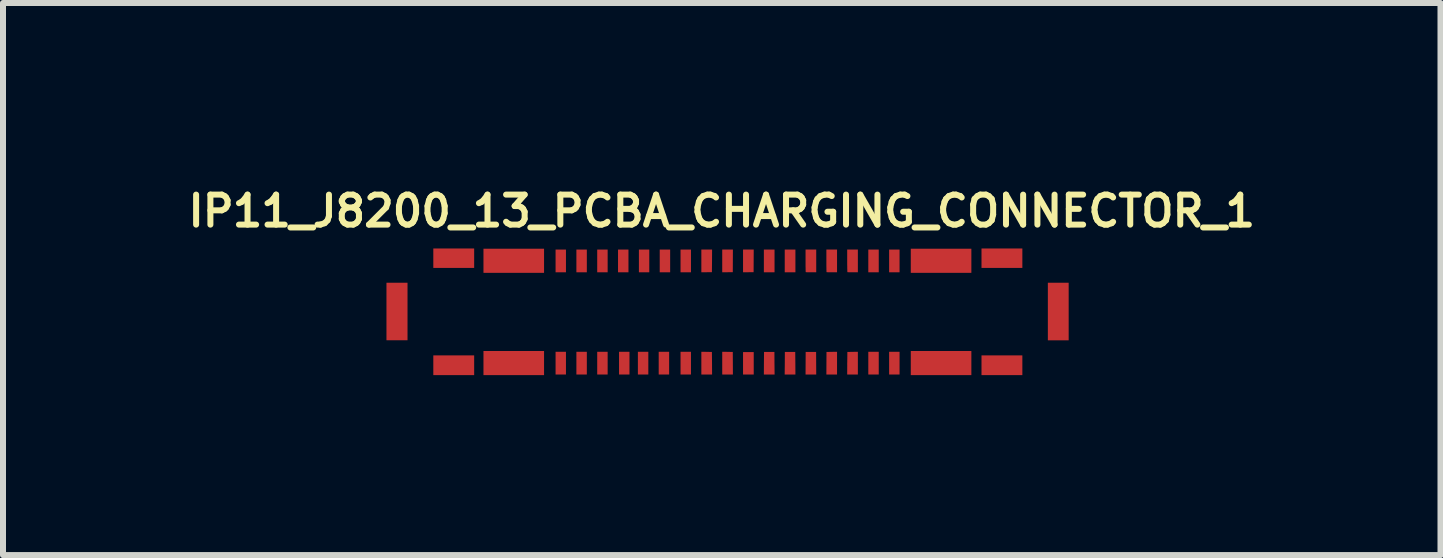
<source format=kicad_pcb>
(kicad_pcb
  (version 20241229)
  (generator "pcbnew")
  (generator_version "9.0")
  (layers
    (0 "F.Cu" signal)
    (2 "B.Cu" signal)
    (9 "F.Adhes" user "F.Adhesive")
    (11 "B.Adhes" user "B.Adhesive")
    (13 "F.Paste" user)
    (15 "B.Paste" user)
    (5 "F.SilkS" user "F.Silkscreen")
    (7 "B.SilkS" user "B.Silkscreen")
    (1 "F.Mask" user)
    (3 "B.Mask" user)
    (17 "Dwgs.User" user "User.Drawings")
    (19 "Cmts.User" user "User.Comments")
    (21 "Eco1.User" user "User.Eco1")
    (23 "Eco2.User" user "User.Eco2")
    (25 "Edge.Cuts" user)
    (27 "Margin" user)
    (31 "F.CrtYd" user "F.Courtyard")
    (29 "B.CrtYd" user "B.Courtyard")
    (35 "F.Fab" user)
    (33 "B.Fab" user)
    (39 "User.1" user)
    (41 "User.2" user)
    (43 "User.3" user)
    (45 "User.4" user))
  (footprint "IP11_J8200_13_PCBA_CHARGING_CONNECTOR_1"
    (layer "F.Cu")
    (at 9.071 2.138)
    (property "Reference" "IP11_J8200_13_PCBA_CHARGING_CONNECTOR_1" (at -0.09 -1.67 0) (layer "F.SilkS") (effects (font (size 0.5 0.5) (thickness 0.1))))
    (attr smd board_only exclude_from_pos_files exclude_from_bom)
    (pad "1" smd custom (at -2.775 0.85) (size 0.15 0.15) (layers "F.Cu" "F.Mask" "F.Paste") (options (anchor circle)) (primitives (gr_poly (pts (xy 0.088 0.016) (xy 0.088 0.205) (xy 0.002 0.205) (xy -0.085 0.205) (xy -0.085 0.016) (xy -0.085 -0.174) (xy 0.002 -0.174) (xy 0.088 -0.174)) (width 0) (fill yes))))
    (pad "2" smd custom (at -2.775 -0.85) (size 0.15 0.15) (layers "F.Cu" "F.Mask" "F.Paste") (options (anchor circle)) (primitives (gr_poly (pts (xy 0.088 0.012) (xy 0.088 0.201) (xy 0.002 0.201) (xy -0.085 0.201) (xy -0.085 0.012) (xy -0.085 -0.178) (xy 0.002 -0.178) (xy 0.088 -0.178)) (width 0) (fill yes))))
    (pad "3" smd custom (at -2.425 0.875) (size 0.15 0.15) (layers "F.Cu" "F.Mask" "F.Paste") (options (anchor circle)) (primitives (gr_poly (pts (xy 0.086 -0.009) (xy 0.086 0.18) (xy -0.001 0.18) (xy -0.088 0.18) (xy -0.088 -0.009) (xy -0.088 -0.199) (xy -0.001 -0.199) (xy 0.086 -0.199)) (width 0) (fill yes))))
    (pad "4" smd custom (at -2.425 -0.85) (size 0.15 0.15) (layers "F.Cu" "F.Mask" "F.Paste") (options (anchor circle)) (primitives (gr_poly (pts (xy 0.086 0.012) (xy 0.086 0.201) (xy -0.001 0.201) (xy -0.088 0.201) (xy -0.088 0.012) (xy -0.088 -0.178) (xy -0.001 -0.178) (xy 0.086 -0.178)) (width 0) (fill yes))))
    (pad "5" smd custom (at -2.075 0.875) (size 0.15 0.15) (layers "F.Cu" "F.Mask" "F.Paste") (options (anchor circle)) (primitives (gr_poly (pts (xy 0.083 -0.009) (xy 0.083 0.18) (xy -0.004 0.18) (xy -0.091 0.18) (xy -0.091 -0.009) (xy -0.091 -0.199) (xy -0.004 -0.199) (xy 0.083 -0.199)) (width 0) (fill yes))))
    (pad "6" smd custom (at -2.075 -0.85) (size 0.15 0.15) (layers "F.Cu" "F.Mask" "F.Paste") (options (anchor circle)) (primitives (gr_poly (pts (xy 0.083 0.012) (xy 0.083 0.201) (xy -0.004 0.201) (xy -0.091 0.201) (xy -0.091 0.012) (xy -0.091 -0.178) (xy -0.004 -0.178) (xy 0.083 -0.178)) (width 0) (fill yes))))
    (pad "7" smd custom (at -1.725 0.875) (size 0.15 0.15) (layers "F.Cu" "F.Mask" "F.Paste") (options (anchor circle)) (primitives (gr_poly (pts (xy 0.097 -0.009) (xy 0.097 0.18) (xy 0.01 0.18) (xy -0.077 0.18) (xy -0.077 -0.009) (xy -0.077 -0.199) (xy 0.01 -0.199) (xy 0.097 -0.199)) (width 0) (fill yes))))
    (pad "8" smd custom (at -1.725 -0.825) (size 0.15 0.15) (layers "F.Cu" "F.Mask" "F.Paste") (options (anchor circle)) (primitives (gr_poly (pts (xy 0.08 -0.013) (xy 0.08 0.176) (xy -0.007 0.176) (xy -0.094 0.176) (xy -0.094 -0.013) (xy -0.094 -0.203) (xy -0.007 -0.203) (xy 0.08 -0.203)) (width 0) (fill yes))))
    (pad "9" smd custom (at -1.4 0.875) (size 0.15 0.15) (layers "F.Cu" "F.Mask" "F.Paste") (options (anchor circle)) (primitives (gr_poly (pts (xy 0.086 -0.009) (xy 0.086 0.18) (xy -0.001 0.18) (xy -0.088 0.18) (xy -0.088 -0.009) (xy -0.088 -0.199) (xy -0.001 -0.199) (xy 0.086 -0.199)) (width 0) (fill yes))))
    (pad "10" smd custom (at -1.375 -0.825) (size 0.15 0.15) (layers "F.Cu" "F.Mask" "F.Paste") (options (anchor circle)) (primitives (gr_poly (pts (xy 0.077 -0.013) (xy 0.077 0.176) (xy -0.009 0.176) (xy -0.096 0.176) (xy -0.096 -0.013) (xy -0.096 -0.203) (xy -0.009 -0.203) (xy 0.077 -0.203)) (width 0) (fill yes))))
    (pad "11" smd custom (at -1.05 0.875) (size 0.15 0.15) (layers "F.Cu" "F.Mask" "F.Paste") (options (anchor circle)) (primitives (gr_poly (pts (xy 0.083 -0.009) (xy 0.083 0.18) (xy -0.004 0.18) (xy -0.091 0.18) (xy -0.091 -0.009) (xy -0.091 -0.199) (xy -0.004 -0.199) (xy 0.083 -0.199)) (width 0) (fill yes))))
    (pad "12" smd custom (at -1.05 -0.825) (size 0.1 0.1) (layers "F.Cu" "F.Mask" "F.Paste") (options (anchor circle)) (primitives (gr_poly (pts (xy 0.1 -0.013) (xy 0.1 0.176) (xy 0.013 0.176) (xy -0.074 0.176) (xy -0.074 -0.013) (xy -0.074 -0.203) (xy 0.013 -0.203) (xy 0.1 -0.203)) (width 0) (fill yes))))
    (pad "13" smd custom (at -0.7 0.875) (size 0.15 0.15) (layers "F.Cu" "F.Mask" "F.Paste") (options (anchor circle)) (primitives (gr_poly (pts (xy 0.097 -0.009) (xy 0.097 0.18) (xy 0.01 0.18) (xy -0.077 0.18) (xy -0.077 -0.009) (xy -0.077 -0.199) (xy 0.01 -0.199) (xy 0.097 -0.199)) (width 0) (fill yes))))
    (pad "14" smd custom (at -0.7 -0.85) (size 0.1 0.1) (layers "F.Cu" "F.Mask" "F.Paste") (options (anchor circle)) (primitives (gr_poly (pts (xy 0.097 0.012) (xy 0.097 0.201) (xy 0.01 0.201) (xy -0.077 0.201) (xy -0.077 0.012) (xy -0.077 -0.178) (xy 0.01 -0.178) (xy 0.097 -0.178)) (width 0) (fill yes))))
    (pad "15" smd custom (at -0.35 0.85) (size 0.15 0.15) (layers "F.Cu" "F.Mask" "F.Paste") (options (anchor circle)) (primitives (gr_poly (pts (xy 0.008 -0.173) (xy 0.096 -0.171) (xy 0.098 0.017) (xy 0.099 0.205) (xy 0.01 0.205) (xy -0.08 0.205) (xy -0.08 0.016) (xy -0.08 -0.174)) (width 0) (fill yes))))
    (pad "16" smd custom (at -0.35 -0.85) (size 0.1 0.1) (layers "F.Cu" "F.Mask" "F.Paste") (options (anchor circle)) (primitives (gr_poly (pts (xy 0.098 0.01) (xy 0.096 0.199) (xy 0.008 0.2) (xy -0.08 0.201) (xy -0.08 0.012) (xy -0.08 -0.178) (xy 0.01 -0.178) (xy 0.099 -0.178)) (width 0) (fill yes))))
    (pad "17" smd custom (at 0 0.875) (size 0.15 0.15) (layers "F.Cu" "F.Mask" "F.Paste") (options (anchor circle)) (primitives (gr_poly (pts (xy 0.006 -0.198) (xy 0.094 -0.196) (xy 0.095 -0.008) (xy 0.096 0.18) (xy 0.007 0.18) (xy -0.082 0.18) (xy -0.082 -0.009) (xy -0.082 -0.199)) (width 0) (fill yes))))
    (pad "18" smd custom (at 0 -0.85) (size 0.1 0.1) (layers "F.Cu" "F.Mask" "F.Paste") (options (anchor circle)) (primitives (gr_poly (pts (xy 0.095 0.01) (xy 0.094 0.199) (xy 0.006 0.2) (xy -0.082 0.201) (xy -0.082 0.012) (xy -0.082 -0.178) (xy 0.007 -0.178) (xy 0.096 -0.178)) (width 0) (fill yes))))
    (pad "19" smd custom (at 0.35 0.875) (size 0.15 0.15) (layers "F.Cu" "F.Mask" "F.Paste") (options (anchor circle)) (primitives (gr_poly (pts (xy 0.093 -0.007) (xy 0.093 0.18) (xy 0.004 0.18) (xy -0.085 0.18) (xy -0.085 -0.007) (xy -0.085 -0.194) (xy 0.004 -0.194) (xy 0.093 -0.194)) (width 0) (fill yes))))
    (pad "20" smd custom (at 0.35 -0.85) (size 0.1 0.1) (layers "F.Cu" "F.Mask" "F.Paste") (options (anchor circle)) (primitives (gr_poly (pts (xy 0.092 0.01) (xy 0.091 0.199) (xy 0.003 0.2) (xy -0.085 0.201) (xy -0.085 0.012) (xy -0.085 -0.178) (xy 0.004 -0.178) (xy 0.093 -0.178)) (width 0) (fill yes))))
    (pad "21" smd custom (at 0.7 0.85) (size 0.15 0.15) (layers "F.Cu" "F.Mask" "F.Paste") (options (anchor circle)) (primitives (gr_poly (pts (xy 0.089 0.017) (xy 0.091 0.205) (xy 0.001 0.205) (xy -0.088 0.205) (xy -0.087 0.017) (xy -0.085 -0.171) (xy 0.001 -0.171) (xy 0.088 -0.171)) (width 0) (fill yes))))
    (pad "22" smd custom (at 0.725 -0.85) (size 0.1 0.1) (layers "F.Cu" "F.Mask" "F.Paste") (options (anchor circle)) (primitives (gr_poly (pts (xy 0.065 0.012) (xy 0.065 0.201) (xy -0.024 0.201) (xy -0.113 0.201) (xy -0.113 0.012) (xy -0.113 -0.178) (xy -0.024 -0.178) (xy 0.065 -0.178)) (width 0) (fill yes))))
    (pad "23" smd custom (at 1.05 0.867) (size 0.15 0.15) (layers "F.Cu" "F.Mask" "F.Paste") (options (anchor circle)) (primitives (gr_poly (pts (xy 0.087 0) (xy 0.088 0.188) (xy -0.001 0.188) (xy -0.091 0.188) (xy -0.089 0) (xy -0.088 -0.188) (xy -0.001 -0.188) (xy 0.085 -0.188)) (width 0) (fill yes))))
    (pad "24" smd custom (at 1.05 -0.85) (size 0.1 0.1) (layers "F.Cu" "F.Mask" "F.Paste") (options (anchor circle)) (primitives (gr_poly (pts (xy 0.088 0.012) (xy 0.088 0.201) (xy -0.001 0.201) (xy -0.09 0.201) (xy -0.09 0.012) (xy -0.09 -0.178) (xy -0.001 -0.178) (xy 0.088 -0.178)) (width 0) (fill yes))))
    (pad "25" smd custom (at 1.4 0.85) (size 0.15 0.15) (layers "F.Cu" "F.Mask" "F.Paste") (options (anchor circle)) (primitives (gr_poly (pts (xy 0.084 0.017) (xy 0.085 0.205) (xy -0.004 0.205) (xy -0.093 0.205) (xy -0.092 0.017) (xy -0.091 -0.171) (xy -0.004 -0.171) (xy 0.083 -0.171)) (width 0) (fill yes))))
    (pad "26" smd custom (at 1.4 -0.85) (size 0.1 0.1) (layers "F.Cu" "F.Mask" "F.Paste") (options (anchor circle)) (primitives (gr_poly (pts (xy 0.085 0.012) (xy 0.085 0.201) (xy -0.001 0.201) (xy -0.028 0.201) (xy -0.052 0.201) (xy -0.071 0.2) (xy -0.085 0.199) (xy -0.09 0.198) (xy -0.09 0.198) (xy -0.091 0.193) (xy -0.091 0.18) (xy -0.092 0.159) (xy -0.092 0.133) (xy -0.093 0.101) (xy -0.093 0.065) (xy -0.093 0.025) (xy -0.093 0.009) (xy -0.093 -0.178) (xy -0.004 -0.178) (xy 0.085 -0.178)) (width 0) (fill yes))))
    (pad "27" smd custom (at 1.75 0.875) (size 0.15 0.15) (layers "F.Cu" "F.Mask" "F.Paste") (options (anchor circle)) (primitives (gr_poly (pts (xy 0.082 -0.009) (xy 0.082 0.18) (xy -0.007 0.18) (xy -0.096 0.18) (xy -0.095 -0.008) (xy -0.094 -0.196) (xy -0.006 -0.198) (xy 0.082 -0.199)) (width 0) (fill yes))))
    (pad "28" smd custom (at 1.75 -0.85) (size 0.1 0.1) (layers "F.Cu" "F.Mask" "F.Paste") (options (anchor circle)) (primitives (gr_poly (pts (xy 0.082 0.012) (xy 0.082 0.201) (xy -0.004 0.201) (xy -0.031 0.201) (xy -0.055 0.201) (xy -0.074 0.2) (xy -0.087 0.199) (xy -0.093 0.198) (xy -0.093 0.198) (xy -0.094 0.193) (xy -0.094 0.18) (xy -0.095 0.159) (xy -0.095 0.133) (xy -0.096 0.101) (xy -0.096 0.065) (xy -0.096 0.025) (xy -0.096 0.009) (xy -0.096 -0.178) (xy -0.007 -0.178) (xy 0.082 -0.178)) (width 0) (fill yes))))
    (pad "29" smd custom (at 2.075 0.875) (size 0.15 0.15) (layers "F.Cu" "F.Mask" "F.Paste") (options (anchor circle)) (primitives (gr_poly (pts (xy 0.104 -0.009) (xy 0.104 0.18) (xy 0.015 0.18) (xy -0.074 0.18) (xy -0.073 -0.008) (xy -0.071 -0.196) (xy 0.017 -0.198) (xy 0.104 -0.199)) (width 0) (fill yes))))
    (pad "30" smd custom (at 2.1 -0.85) (size 0.1 0.1) (layers "F.Cu" "F.Mask" "F.Paste") (options (anchor circle)) (primitives (gr_poly (pts (xy 0.079 0.012) (xy 0.079 0.201) (xy -0.007 0.201) (xy -0.034 0.201) (xy -0.058 0.201) (xy -0.077 0.2) (xy -0.09 0.199) (xy -0.096 0.198) (xy -0.096 0.198) (xy -0.096 0.193) (xy -0.097 0.18) (xy -0.097 0.159) (xy -0.098 0.133) (xy -0.098 0.101) (xy -0.099 0.065) (xy -0.099 0.025) (xy -0.099 0.009) (xy -0.099 -0.178) (xy -0.01 -0.178) (xy 0.079 -0.178)) (width 0) (fill yes))))
    (pad "31" smd custom (at 2.45 0.875) (size 0.15 0.15) (layers "F.Cu" "F.Mask" "F.Paste") (options (anchor circle)) (primitives (gr_poly (pts (xy 0.077 -0.009) (xy 0.077 0.18) (xy -0.01 0.18) (xy -0.097 0.18) (xy -0.097 -0.009) (xy -0.097 -0.199) (xy -0.01 -0.199) (xy 0.077 -0.199)) (width 0) (fill yes))))
    (pad "32" smd custom (at 2.425 -0.85) (size 0.1 0.1) (layers "F.Cu" "F.Mask" "F.Paste") (options (anchor circle)) (primitives (gr_poly (pts (xy 0.102 0.012) (xy 0.102 0.201) (xy 0.015 0.201) (xy -0.072 0.201) (xy -0.072 0.012) (xy -0.072 -0.178) (xy 0.015 -0.178) (xy 0.102 -0.178)) (width 0) (fill yes))))
    (pad "33" smd custom (at 2.775 0.875) (size 0.15 0.15) (layers "F.Cu" "F.Mask" "F.Paste") (options (anchor circle)) (primitives (gr_poly (pts (xy 0.099 -0.009) (xy 0.099 0.18) (xy 0.012 0.18) (xy -0.075 0.18) (xy -0.075 -0.009) (xy -0.075 -0.199) (xy 0.012 -0.199) (xy 0.099 -0.199)) (width 0) (fill yes))))
    (pad "34" smd custom (at 2.8 -0.85) (size 0.1 0.1) (layers "F.Cu" "F.Mask" "F.Paste") (options (anchor circle)) (primitives (gr_poly (pts (xy 0.074 0.012) (xy 0.074 0.201) (xy -0.013 0.201) (xy -0.1 0.201) (xy -0.1 0.012) (xy -0.1 -0.178) (xy -0.013 -0.178) (xy 0.074 -0.178)) (width 0) (fill yes))))
    (pad "35" smd custom (at -3.375 0.85) (size 0.15 0.15) (layers "F.Cu" "F.Mask" "F.Paste") (options (anchor circle)) (primitives (gr_poly (pts (xy 0.323 0.014) (xy 0.323 0.215) (xy -0.182 0.215) (xy -0.687 0.215) (xy -0.687 0.014) (xy -0.687 -0.187) (xy -0.182 -0.187) (xy 0.323 -0.187)) (width 0) (fill yes))))
    (pad "36" smd custom (at -3.45 -0.85) (size 0.15 0.15) (layers "F.Cu" "F.Mask" "F.Paste") (options (anchor circle)) (primitives (gr_poly (pts (xy 0.398 0.009) (xy 0.398 0.21) (xy -0.107 0.21) (xy -0.612 0.21) (xy -0.612 0.009) (xy -0.612 -0.192) (xy -0.107 -0.192) (xy 0.398 -0.192)) (width 0) (fill yes))))
    (pad "37" smd custom (at 3.525 0.9) (size 0.15 0.15) (layers "F.Cu" "F.Mask" "F.Paste") (options (anchor circle)) (primitives (gr_poly (pts (xy 0.546 -0.036) (xy 0.546 0.165) (xy 0.041 0.165) (xy -0.464 0.165) (xy -0.464 -0.036) (xy -0.464 -0.237) (xy 0.041 -0.237) (xy 0.546 -0.237)) (width 0) (fill yes))))
    (pad "38" smd custom (at 3.55 -0.825) (size 0.15 0.15) (layers "F.Cu" "F.Mask" "F.Paste") (options (anchor circle)) (primitives (gr_poly (pts (xy 0.521 -0.016) (xy 0.521 0.185) (xy 0.016 0.185) (xy -0.489 0.185) (xy -0.489 -0.016) (xy -0.489 -0.217) (xy 0.016 -0.217) (xy 0.521 -0.217)) (width 0) (fill yes))))
    (pad "39" smd custom (at -4.575 0.9) (size 0.15 0.15) (layers "F.Cu" "F.Mask" "F.Paste") (options (anchor circle)) (primitives (gr_poly (pts (xy 0.358 0.000126) (xy 0.358 0.165) (xy 0.017 0.165) (xy -0.323 0.165) (xy -0.323 0.000126) (xy -0.323 -0.164) (xy 0.017 -0.164) (xy 0.358 -0.164)) (width 0) (fill yes))))
    (pad "40" smd custom (at -4.55 -0.875) (size 0.15 0.15) (layers "F.Cu" "F.Mask" "F.Paste") (options (anchor circle)) (primitives (gr_poly (pts (xy 0.333 -0.009) (xy 0.333 0.153) (xy -0.008 0.153) (xy -0.348 0.153) (xy -0.348 -0.009) (xy -0.348 -0.171) (xy -0.008 -0.171) (xy 0.333 -0.171)) (width 0) (fill yes))))
    (pad "41" smd custom (at 4.58 0.9) (size 0.3 0.3) (layers "F.Cu" "F.Mask" "F.Paste") (options (anchor circle)) (primitives (gr_poly (pts (xy 0.341 0.000126) (xy 0.341 0.165) (xy 0.001 0.165) (xy -0.34 0.165) (xy -0.34 0.000126) (xy -0.34 -0.164) (xy 0.001 -0.164) (xy 0.341 -0.164)) (width 0) (fill yes))))
    (pad "42" smd custom (at 4.6 -0.9) (size 0.15 0.15) (layers "F.Cu" "F.Mask" "F.Paste") (options (anchor circle)) (primitives (gr_poly (pts (xy 0.321 0.016) (xy 0.321 0.178) (xy -0.019 0.178) (xy -0.36 0.178) (xy -0.36 0.016) (xy -0.36 -0.146) (xy -0.019 -0.146) (xy 0.321 -0.146)) (width 0) (fill yes))))
    (pad "43" smd custom (at -5.55 0.025) (size 0.15 0.15) (layers "F.Cu" "F.Mask" "F.Paste") (options (anchor circle)) (primitives (gr_poly (pts (xy 0.222 -0.02) (xy 0.222 0.459) (xy 0.046 0.459) (xy -0.129 0.459) (xy -0.129 -0.02) (xy -0.129 -0.5) (xy 0.046 -0.5) (xy 0.222 -0.5)) (width 0) (fill yes))))
    (pad "44" smd custom (at 5.51 0.005) (size 0.3 0.3) (layers "F.Cu" "F.Mask" "F.Paste") (options (anchor circle)) (primitives (gr_poly (pts (xy 0.183 0) (xy 0.183 0.48) (xy 0.01 0.48) (xy -0.164 0.48) (xy -0.164 0) (xy -0.164 -0.48) (xy 0.01 -0.48) (xy 0.183 -0.48)) (width 0) (fill yes)))))
  (gr_rect
    (start -3 -3)
    (end 20.962 6.203)
    (stroke (width 0.1) (type default))
    (fill no)
    (layer "Edge.Cuts")))
</source>
